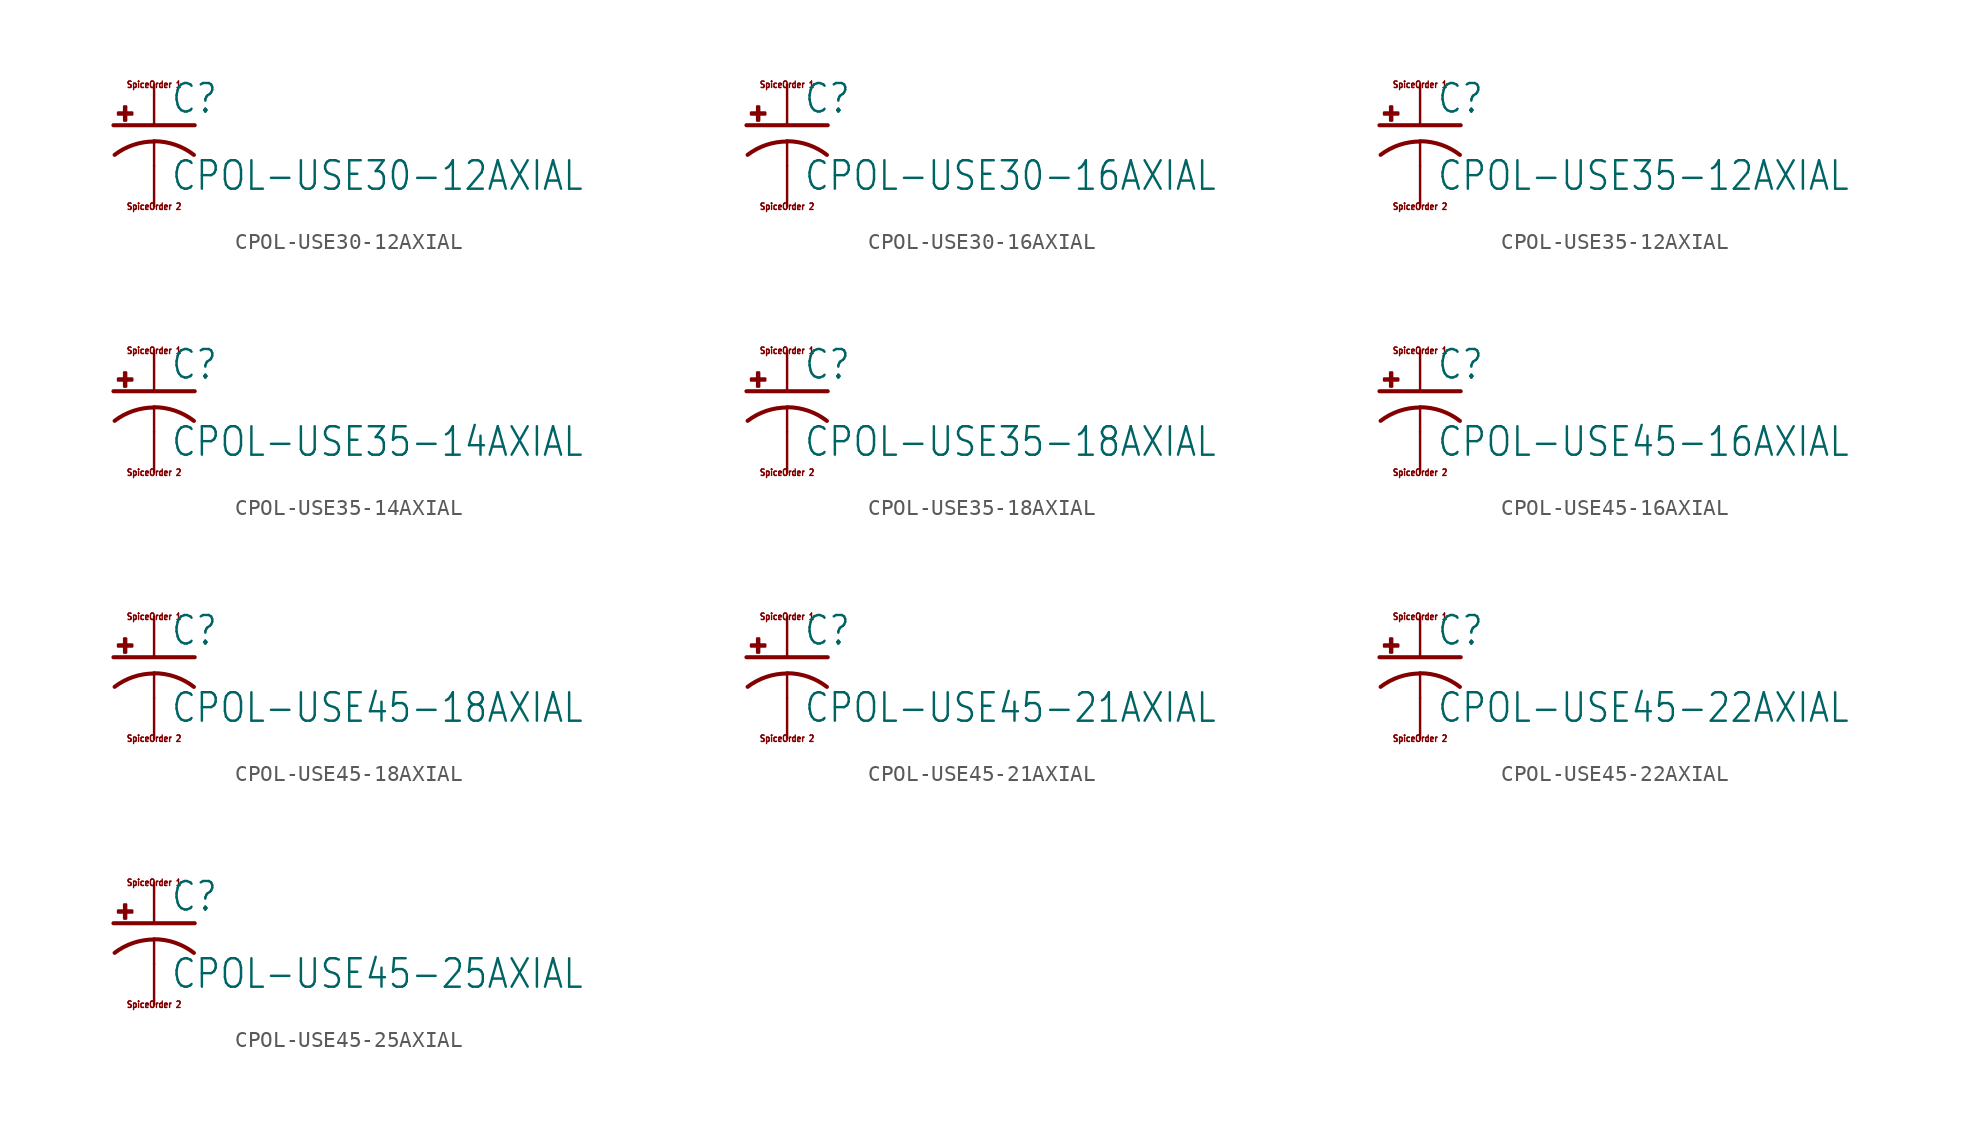
<source format=kicad_sym>
(kicad_symbol_lib
  (version 20211014)
  (generator kicad_symbol_editor)
  (symbol "CPOL-USE30-12AXIAL"
    (property "Reference" "C"
      (at 1.016 0.635 0)
      (effects (font (size 1.778 1.511)) (justify left bottom)))
    (property "Value" "CPOL-USE30-12AXIAL"
      (at 1.016 -4.191 0)
      (effects (font (size 1.778 1.511)) (justify left bottom)))
    (property "ki_locked" ""
      (at 0 0 0)
      (effects (font (size 1.27 1.27))))
    (symbol "CPOL-USE30-12AXIAL_1_0"
      (rectangle (start -2.253 0.668) (end -1.364 0.795) (stroke (width 0) (type default) (color 0 0 0 0)) (fill (type outline)))
      (rectangle (start -1.872 0.287) (end -1.745 1.176) (stroke (width 0) (type default) (color 0 0 0 0)) (fill (type outline)))
      (arc (start 0 -1.0161) (mid -1.3021 -1.2302) (end -2.4669 -1.8504) (stroke (width 0.254) (type default) (color 0 0 0 0)) (fill (type none)))
      (polyline (pts (xy -2.54 0) (xy 2.54 0)) (stroke (width 0.254) (type default) (color 0 0 0 0)) (fill (type none)))
      (polyline (pts (xy 0 -1.016) (xy 0 -2.54)) (stroke (width 0.152) (type default) (color 0 0 0 0)) (fill (type none)))
      (arc (start 2.4892 -1.8542) (mid 1.3158 -1.2195) (end 0 -1) (stroke (width 0.254) (type default) (color 0 0 0 0)) (fill (type none)))
      (text "SpiceOrder 1" (at 0 2.54 0) (effects (font (size 0.406 0.345))))
      (text "SpiceOrder 2" (at 0 -5.08 0) (effects (font (size 0.406 0.345))))
      (pin passive line (at 0 2.54 270) (length 2.54) (name "+" (effects (font (size 0 0)))) (number "+" (effects (font (size 0 0)))))
      (pin passive line (at 0 -5.08 90) (length 2.54) (name "-" (effects (font (size 0 0)))) (number "-" (effects (font (size 0 0)))))))
  (symbol "CPOL-USE30-16AXIAL"
    (property "Reference" "C"
      (at 1.016 0.635 0)
      (effects (font (size 1.778 1.511)) (justify left bottom)))
    (property "Value" "CPOL-USE30-16AXIAL"
      (at 1.016 -4.191 0)
      (effects (font (size 1.778 1.511)) (justify left bottom)))
    (property "ki_locked" ""
      (at 0 0 0)
      (effects (font (size 1.27 1.27))))
    (symbol "CPOL-USE30-16AXIAL_1_0"
      (rectangle (start -2.253 0.668) (end -1.364 0.795) (stroke (width 0) (type default) (color 0 0 0 0)) (fill (type outline)))
      (rectangle (start -1.872 0.287) (end -1.745 1.176) (stroke (width 0) (type default) (color 0 0 0 0)) (fill (type outline)))
      (arc (start 0 -1.0161) (mid -1.3021 -1.2302) (end -2.4669 -1.8504) (stroke (width 0.254) (type default) (color 0 0 0 0)) (fill (type none)))
      (polyline (pts (xy -2.54 0) (xy 2.54 0)) (stroke (width 0.254) (type default) (color 0 0 0 0)) (fill (type none)))
      (polyline (pts (xy 0 -1.016) (xy 0 -2.54)) (stroke (width 0.152) (type default) (color 0 0 0 0)) (fill (type none)))
      (arc (start 2.4892 -1.8542) (mid 1.3158 -1.2195) (end 0 -1) (stroke (width 0.254) (type default) (color 0 0 0 0)) (fill (type none)))
      (text "SpiceOrder 1" (at 0 2.54 0) (effects (font (size 0.406 0.345))))
      (text "SpiceOrder 2" (at 0 -5.08 0) (effects (font (size 0.406 0.345))))
      (pin passive line (at 0 2.54 270) (length 2.54) (name "+" (effects (font (size 0 0)))) (number "+" (effects (font (size 0 0)))))
      (pin passive line (at 0 -5.08 90) (length 2.54) (name "-" (effects (font (size 0 0)))) (number "-" (effects (font (size 0 0)))))))
  (symbol "CPOL-USE35-12AXIAL"
    (property "Reference" "C"
      (at 1.016 0.635 0)
      (effects (font (size 1.778 1.511)) (justify left bottom)))
    (property "Value" "CPOL-USE35-12AXIAL"
      (at 1.016 -4.191 0)
      (effects (font (size 1.778 1.511)) (justify left bottom)))
    (property "ki_locked" ""
      (at 0 0 0)
      (effects (font (size 1.27 1.27))))
    (symbol "CPOL-USE35-12AXIAL_1_0"
      (rectangle (start -2.253 0.668) (end -1.364 0.795) (stroke (width 0) (type default) (color 0 0 0 0)) (fill (type outline)))
      (rectangle (start -1.872 0.287) (end -1.745 1.176) (stroke (width 0) (type default) (color 0 0 0 0)) (fill (type outline)))
      (arc (start 0 -1.0161) (mid -1.3021 -1.2302) (end -2.4669 -1.8504) (stroke (width 0.254) (type default) (color 0 0 0 0)) (fill (type none)))
      (polyline (pts (xy -2.54 0) (xy 2.54 0)) (stroke (width 0.254) (type default) (color 0 0 0 0)) (fill (type none)))
      (polyline (pts (xy 0 -1.016) (xy 0 -2.54)) (stroke (width 0.152) (type default) (color 0 0 0 0)) (fill (type none)))
      (arc (start 2.4892 -1.8542) (mid 1.3158 -1.2195) (end 0 -1) (stroke (width 0.254) (type default) (color 0 0 0 0)) (fill (type none)))
      (text "SpiceOrder 1" (at 0 2.54 0) (effects (font (size 0.406 0.345))))
      (text "SpiceOrder 2" (at 0 -5.08 0) (effects (font (size 0.406 0.345))))
      (pin passive line (at 0 2.54 270) (length 2.54) (name "+" (effects (font (size 0 0)))) (number "+" (effects (font (size 0 0)))))
      (pin passive line (at 0 -5.08 90) (length 2.54) (name "-" (effects (font (size 0 0)))) (number "-" (effects (font (size 0 0)))))))
  (symbol "CPOL-USE35-14AXIAL"
    (property "Reference" "C"
      (at 1.016 0.635 0)
      (effects (font (size 1.778 1.511)) (justify left bottom)))
    (property "Value" "CPOL-USE35-14AXIAL"
      (at 1.016 -4.191 0)
      (effects (font (size 1.778 1.511)) (justify left bottom)))
    (property "ki_locked" ""
      (at 0 0 0)
      (effects (font (size 1.27 1.27))))
    (symbol "CPOL-USE35-14AXIAL_1_0"
      (rectangle (start -2.253 0.668) (end -1.364 0.795) (stroke (width 0) (type default) (color 0 0 0 0)) (fill (type outline)))
      (rectangle (start -1.872 0.287) (end -1.745 1.176) (stroke (width 0) (type default) (color 0 0 0 0)) (fill (type outline)))
      (arc (start 0 -1.0161) (mid -1.3021 -1.2302) (end -2.4669 -1.8504) (stroke (width 0.254) (type default) (color 0 0 0 0)) (fill (type none)))
      (polyline (pts (xy -2.54 0) (xy 2.54 0)) (stroke (width 0.254) (type default) (color 0 0 0 0)) (fill (type none)))
      (polyline (pts (xy 0 -1.016) (xy 0 -2.54)) (stroke (width 0.152) (type default) (color 0 0 0 0)) (fill (type none)))
      (arc (start 2.4892 -1.8542) (mid 1.3158 -1.2195) (end 0 -1) (stroke (width 0.254) (type default) (color 0 0 0 0)) (fill (type none)))
      (text "SpiceOrder 1" (at 0 2.54 0) (effects (font (size 0.406 0.345))))
      (text "SpiceOrder 2" (at 0 -5.08 0) (effects (font (size 0.406 0.345))))
      (pin passive line (at 0 2.54 270) (length 2.54) (name "+" (effects (font (size 0 0)))) (number "+" (effects (font (size 0 0)))))
      (pin passive line (at 0 -5.08 90) (length 2.54) (name "-" (effects (font (size 0 0)))) (number "-" (effects (font (size 0 0)))))))
  (symbol "CPOL-USE35-18AXIAL"
    (property "Reference" "C"
      (at 1.016 0.635 0)
      (effects (font (size 1.778 1.511)) (justify left bottom)))
    (property "Value" "CPOL-USE35-18AXIAL"
      (at 1.016 -4.191 0)
      (effects (font (size 1.778 1.511)) (justify left bottom)))
    (property "ki_locked" ""
      (at 0 0 0)
      (effects (font (size 1.27 1.27))))
    (symbol "CPOL-USE35-18AXIAL_1_0"
      (rectangle (start -2.253 0.668) (end -1.364 0.795) (stroke (width 0) (type default) (color 0 0 0 0)) (fill (type outline)))
      (rectangle (start -1.872 0.287) (end -1.745 1.176) (stroke (width 0) (type default) (color 0 0 0 0)) (fill (type outline)))
      (arc (start 0 -1.0161) (mid -1.3021 -1.2302) (end -2.4669 -1.8504) (stroke (width 0.254) (type default) (color 0 0 0 0)) (fill (type none)))
      (polyline (pts (xy -2.54 0) (xy 2.54 0)) (stroke (width 0.254) (type default) (color 0 0 0 0)) (fill (type none)))
      (polyline (pts (xy 0 -1.016) (xy 0 -2.54)) (stroke (width 0.152) (type default) (color 0 0 0 0)) (fill (type none)))
      (arc (start 2.4892 -1.8542) (mid 1.3158 -1.2195) (end 0 -1) (stroke (width 0.254) (type default) (color 0 0 0 0)) (fill (type none)))
      (text "SpiceOrder 1" (at 0 2.54 0) (effects (font (size 0.406 0.345))))
      (text "SpiceOrder 2" (at 0 -5.08 0) (effects (font (size 0.406 0.345))))
      (pin passive line (at 0 2.54 270) (length 2.54) (name "+" (effects (font (size 0 0)))) (number "+" (effects (font (size 0 0)))))
      (pin passive line (at 0 -5.08 90) (length 2.54) (name "-" (effects (font (size 0 0)))) (number "-" (effects (font (size 0 0)))))))
  (symbol "CPOL-USE45-16AXIAL"
    (property "Reference" "C"
      (at 1.016 0.635 0)
      (effects (font (size 1.778 1.511)) (justify left bottom)))
    (property "Value" "CPOL-USE45-16AXIAL"
      (at 1.016 -4.191 0)
      (effects (font (size 1.778 1.511)) (justify left bottom)))
    (property "ki_locked" ""
      (at 0 0 0)
      (effects (font (size 1.27 1.27))))
    (symbol "CPOL-USE45-16AXIAL_1_0"
      (rectangle (start -2.253 0.668) (end -1.364 0.795) (stroke (width 0) (type default) (color 0 0 0 0)) (fill (type outline)))
      (rectangle (start -1.872 0.287) (end -1.745 1.176) (stroke (width 0) (type default) (color 0 0 0 0)) (fill (type outline)))
      (arc (start 0 -1.0161) (mid -1.3021 -1.2302) (end -2.4669 -1.8504) (stroke (width 0.254) (type default) (color 0 0 0 0)) (fill (type none)))
      (polyline (pts (xy -2.54 0) (xy 2.54 0)) (stroke (width 0.254) (type default) (color 0 0 0 0)) (fill (type none)))
      (polyline (pts (xy 0 -1.016) (xy 0 -2.54)) (stroke (width 0.152) (type default) (color 0 0 0 0)) (fill (type none)))
      (arc (start 2.4892 -1.8542) (mid 1.3158 -1.2195) (end 0 -1) (stroke (width 0.254) (type default) (color 0 0 0 0)) (fill (type none)))
      (text "SpiceOrder 1" (at 0 2.54 0) (effects (font (size 0.406 0.345))))
      (text "SpiceOrder 2" (at 0 -5.08 0) (effects (font (size 0.406 0.345))))
      (pin passive line (at 0 2.54 270) (length 2.54) (name "+" (effects (font (size 0 0)))) (number "+" (effects (font (size 0 0)))))
      (pin passive line (at 0 -5.08 90) (length 2.54) (name "-" (effects (font (size 0 0)))) (number "-" (effects (font (size 0 0)))))))
  (symbol "CPOL-USE45-18AXIAL"
    (property "Reference" "C"
      (at 1.016 0.635 0)
      (effects (font (size 1.778 1.511)) (justify left bottom)))
    (property "Value" "CPOL-USE45-18AXIAL"
      (at 1.016 -4.191 0)
      (effects (font (size 1.778 1.511)) (justify left bottom)))
    (property "ki_locked" ""
      (at 0 0 0)
      (effects (font (size 1.27 1.27))))
    (symbol "CPOL-USE45-18AXIAL_1_0"
      (rectangle (start -2.253 0.668) (end -1.364 0.795) (stroke (width 0) (type default) (color 0 0 0 0)) (fill (type outline)))
      (rectangle (start -1.872 0.287) (end -1.745 1.176) (stroke (width 0) (type default) (color 0 0 0 0)) (fill (type outline)))
      (arc (start 0 -1.0161) (mid -1.3021 -1.2302) (end -2.4669 -1.8504) (stroke (width 0.254) (type default) (color 0 0 0 0)) (fill (type none)))
      (polyline (pts (xy -2.54 0) (xy 2.54 0)) (stroke (width 0.254) (type default) (color 0 0 0 0)) (fill (type none)))
      (polyline (pts (xy 0 -1.016) (xy 0 -2.54)) (stroke (width 0.152) (type default) (color 0 0 0 0)) (fill (type none)))
      (arc (start 2.4892 -1.8542) (mid 1.3158 -1.2195) (end 0 -1) (stroke (width 0.254) (type default) (color 0 0 0 0)) (fill (type none)))
      (text "SpiceOrder 1" (at 0 2.54 0) (effects (font (size 0.406 0.345))))
      (text "SpiceOrder 2" (at 0 -5.08 0) (effects (font (size 0.406 0.345))))
      (pin passive line (at 0 2.54 270) (length 2.54) (name "+" (effects (font (size 0 0)))) (number "+" (effects (font (size 0 0)))))
      (pin passive line (at 0 -5.08 90) (length 2.54) (name "-" (effects (font (size 0 0)))) (number "-" (effects (font (size 0 0)))))))
  (symbol "CPOL-USE45-21AXIAL"
    (property "Reference" "C"
      (at 1.016 0.635 0)
      (effects (font (size 1.778 1.511)) (justify left bottom)))
    (property "Value" "CPOL-USE45-21AXIAL"
      (at 1.016 -4.191 0)
      (effects (font (size 1.778 1.511)) (justify left bottom)))
    (property "ki_locked" ""
      (at 0 0 0)
      (effects (font (size 1.27 1.27))))
    (symbol "CPOL-USE45-21AXIAL_1_0"
      (rectangle (start -2.253 0.668) (end -1.364 0.795) (stroke (width 0) (type default) (color 0 0 0 0)) (fill (type outline)))
      (rectangle (start -1.872 0.287) (end -1.745 1.176) (stroke (width 0) (type default) (color 0 0 0 0)) (fill (type outline)))
      (arc (start 0 -1.0161) (mid -1.3021 -1.2302) (end -2.4669 -1.8504) (stroke (width 0.254) (type default) (color 0 0 0 0)) (fill (type none)))
      (polyline (pts (xy -2.54 0) (xy 2.54 0)) (stroke (width 0.254) (type default) (color 0 0 0 0)) (fill (type none)))
      (polyline (pts (xy 0 -1.016) (xy 0 -2.54)) (stroke (width 0.152) (type default) (color 0 0 0 0)) (fill (type none)))
      (arc (start 2.4892 -1.8542) (mid 1.3158 -1.2195) (end 0 -1) (stroke (width 0.254) (type default) (color 0 0 0 0)) (fill (type none)))
      (text "SpiceOrder 1" (at 0 2.54 0) (effects (font (size 0.406 0.345))))
      (text "SpiceOrder 2" (at 0 -5.08 0) (effects (font (size 0.406 0.345))))
      (pin passive line (at 0 2.54 270) (length 2.54) (name "+" (effects (font (size 0 0)))) (number "+" (effects (font (size 0 0)))))
      (pin passive line (at 0 -5.08 90) (length 2.54) (name "-" (effects (font (size 0 0)))) (number "-" (effects (font (size 0 0)))))))
  (symbol "CPOL-USE45-22AXIAL"
    (property "Reference" "C"
      (at 1.016 0.635 0)
      (effects (font (size 1.778 1.511)) (justify left bottom)))
    (property "Value" "CPOL-USE45-22AXIAL"
      (at 1.016 -4.191 0)
      (effects (font (size 1.778 1.511)) (justify left bottom)))
    (property "ki_locked" ""
      (at 0 0 0)
      (effects (font (size 1.27 1.27))))
    (symbol "CPOL-USE45-22AXIAL_1_0"
      (rectangle (start -2.253 0.668) (end -1.364 0.795) (stroke (width 0) (type default) (color 0 0 0 0)) (fill (type outline)))
      (rectangle (start -1.872 0.287) (end -1.745 1.176) (stroke (width 0) (type default) (color 0 0 0 0)) (fill (type outline)))
      (arc (start 0 -1.0161) (mid -1.3021 -1.2302) (end -2.4669 -1.8504) (stroke (width 0.254) (type default) (color 0 0 0 0)) (fill (type none)))
      (polyline (pts (xy -2.54 0) (xy 2.54 0)) (stroke (width 0.254) (type default) (color 0 0 0 0)) (fill (type none)))
      (polyline (pts (xy 0 -1.016) (xy 0 -2.54)) (stroke (width 0.152) (type default) (color 0 0 0 0)) (fill (type none)))
      (arc (start 2.4892 -1.8542) (mid 1.3158 -1.2195) (end 0 -1) (stroke (width 0.254) (type default) (color 0 0 0 0)) (fill (type none)))
      (text "SpiceOrder 1" (at 0 2.54 0) (effects (font (size 0.406 0.345))))
      (text "SpiceOrder 2" (at 0 -5.08 0) (effects (font (size 0.406 0.345))))
      (pin passive line (at 0 2.54 270) (length 2.54) (name "+" (effects (font (size 0 0)))) (number "+" (effects (font (size 0 0)))))
      (pin passive line (at 0 -5.08 90) (length 2.54) (name "-" (effects (font (size 0 0)))) (number "-" (effects (font (size 0 0)))))))
  (symbol "CPOL-USE45-25AXIAL"
    (property "Reference" "C"
      (at 1.016 0.635 0)
      (effects (font (size 1.778 1.511)) (justify left bottom)))
    (property "Value" "CPOL-USE45-25AXIAL"
      (at 1.016 -4.191 0)
      (effects (font (size 1.778 1.511)) (justify left bottom)))
    (property "ki_locked" ""
      (at 0 0 0)
      (effects (font (size 1.27 1.27))))
    (symbol "CPOL-USE45-25AXIAL_1_0"
      (rectangle (start -2.253 0.668) (end -1.364 0.795) (stroke (width 0) (type default) (color 0 0 0 0)) (fill (type outline)))
      (rectangle (start -1.872 0.287) (end -1.745 1.176) (stroke (width 0) (type default) (color 0 0 0 0)) (fill (type outline)))
      (arc (start 0 -1.0161) (mid -1.3021 -1.2302) (end -2.4669 -1.8504) (stroke (width 0.254) (type default) (color 0 0 0 0)) (fill (type none)))
      (polyline (pts (xy -2.54 0) (xy 2.54 0)) (stroke (width 0.254) (type default) (color 0 0 0 0)) (fill (type none)))
      (polyline (pts (xy 0 -1.016) (xy 0 -2.54)) (stroke (width 0.152) (type default) (color 0 0 0 0)) (fill (type none)))
      (arc (start 2.4892 -1.8542) (mid 1.3158 -1.2195) (end 0 -1) (stroke (width 0.254) (type default) (color 0 0 0 0)) (fill (type none)))
      (text "SpiceOrder 1" (at 0 2.54 0) (effects (font (size 0.406 0.345))))
      (text "SpiceOrder 2" (at 0 -5.08 0) (effects (font (size 0.406 0.345))))
      (pin passive line (at 0 2.54 270) (length 2.54) (name "+" (effects (font (size 0 0)))) (number "+" (effects (font (size 0 0)))))
      (pin passive line (at 0 -5.08 90) (length 2.54) (name "-" (effects (font (size 0 0)))) (number "-" (effects (font (size 0 0))))))))
</source>
